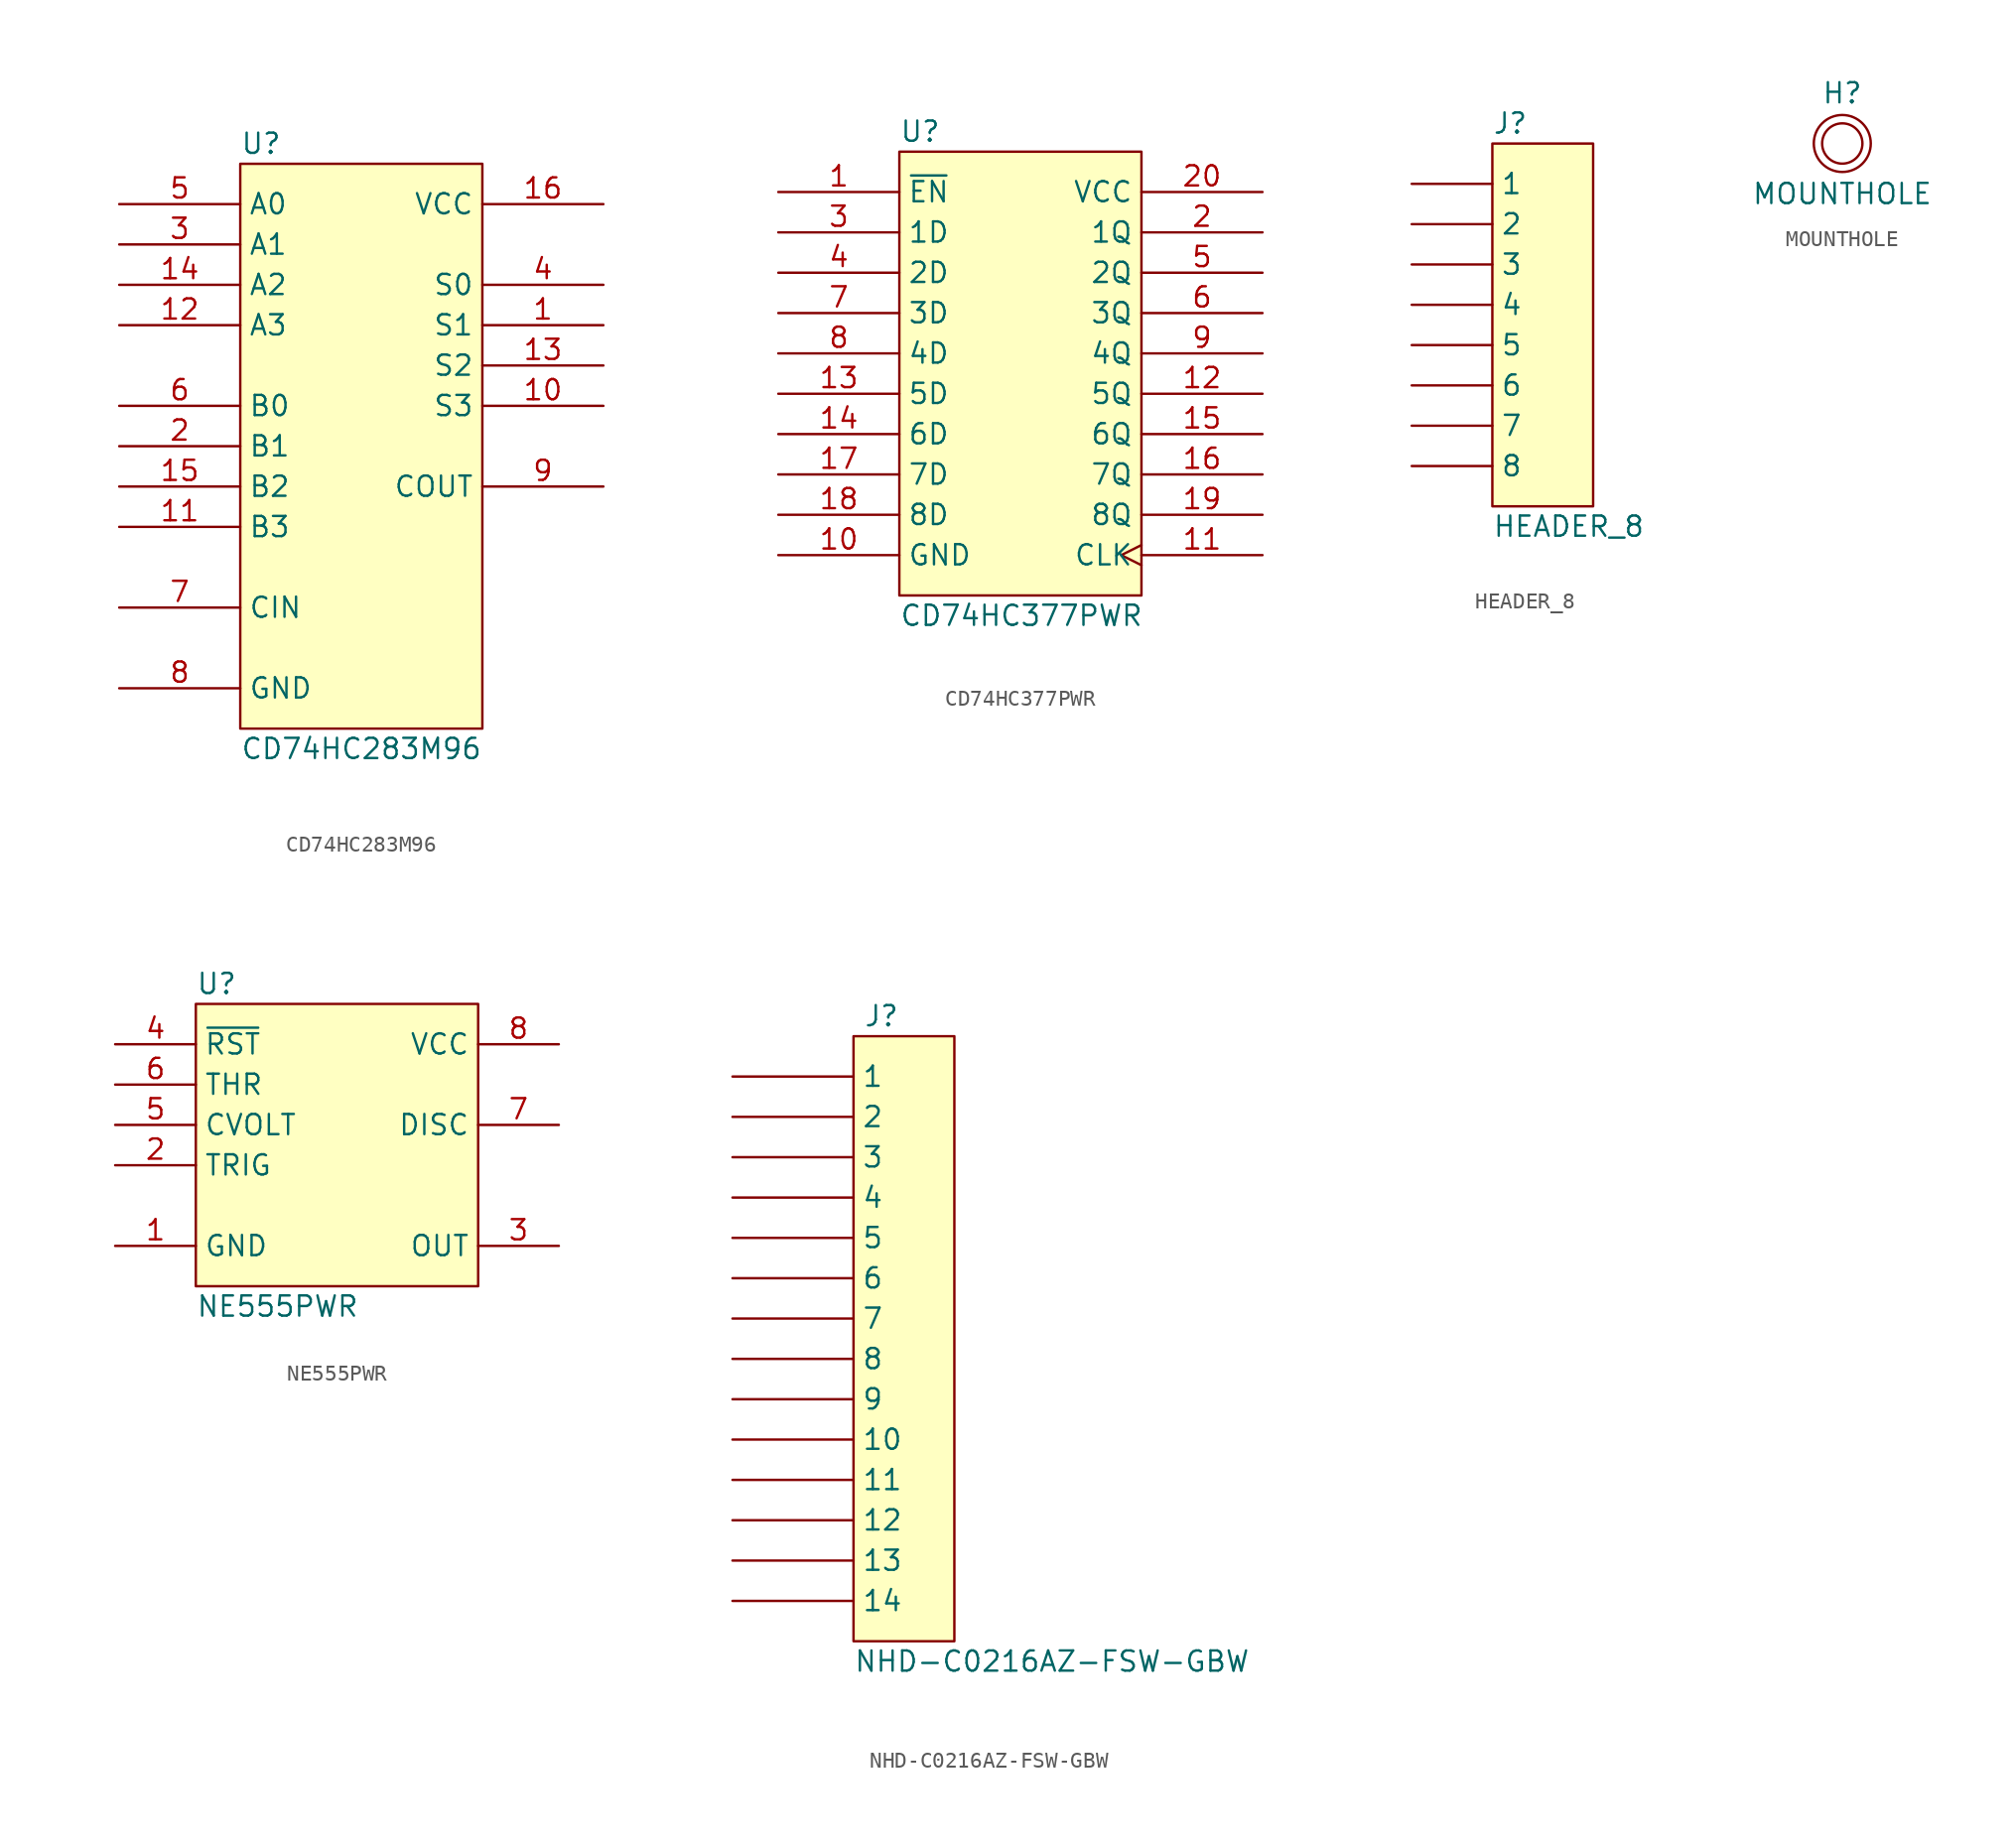
<source format=kicad_sym>
(kicad_symbol_lib
  (version 20211014)
  (generator kicad_symbol_editor)
  (symbol "CD74HC283M96"
    (property "Reference" "U"
      (at 0 3.81 0)
      (effects (font (size 1.27 1.27)) (justify left)))
    (property "Value" "CD74HC283M96"
      (at 0 -34.29 0)
      (effects (font (size 1.27 1.27)) (justify left)))
    (symbol "CD74HC283M96_1_0"
      (rectangle (start 15.24 2.54) (end 0 -33.02) (stroke (width 0) (type default) (color 0 0 0 0)) (fill (type background)))
      (pin output line (at 22.86 -7.62 180) (length 7.62) (name "S1" (effects (font (size 1.27 1.27)))) (number "1" (effects (font (size 1.27 1.27)))))
      (pin output line (at 22.86 -12.7 180) (length 7.62) (name "S3" (effects (font (size 1.27 1.27)))) (number "10" (effects (font (size 1.27 1.27)))))
      (pin input line (at -7.62 -20.32 0) (length 7.62) (name "B3" (effects (font (size 1.27 1.27)))) (number "11" (effects (font (size 1.27 1.27)))))
      (pin input line (at -7.62 -7.62 0) (length 7.62) (name "A3" (effects (font (size 1.27 1.27)))) (number "12" (effects (font (size 1.27 1.27)))))
      (pin output line (at 22.86 -10.16 180) (length 7.62) (name "S2" (effects (font (size 1.27 1.27)))) (number "13" (effects (font (size 1.27 1.27)))))
      (pin input line (at -7.62 -5.08 0) (length 7.62) (name "A2" (effects (font (size 1.27 1.27)))) (number "14" (effects (font (size 1.27 1.27)))))
      (pin input line (at -7.62 -17.78 0) (length 7.62) (name "B2" (effects (font (size 1.27 1.27)))) (number "15" (effects (font (size 1.27 1.27)))))
      (pin power_in line (at 22.86 0 180) (length 7.62) (name "VCC" (effects (font (size 1.27 1.27)))) (number "16" (effects (font (size 1.27 1.27)))))
      (pin input line (at -7.62 -15.24 0) (length 7.62) (name "B1" (effects (font (size 1.27 1.27)))) (number "2" (effects (font (size 1.27 1.27)))))
      (pin input line (at -7.62 -2.54 0) (length 7.62) (name "A1" (effects (font (size 1.27 1.27)))) (number "3" (effects (font (size 1.27 1.27)))))
      (pin output line (at 22.86 -5.08 180) (length 7.62) (name "S0" (effects (font (size 1.27 1.27)))) (number "4" (effects (font (size 1.27 1.27)))))
      (pin input line (at -7.62 0 0) (length 7.62) (name "A0" (effects (font (size 1.27 1.27)))) (number "5" (effects (font (size 1.27 1.27)))))
      (pin input line (at -7.62 -12.7 0) (length 7.62) (name "B0" (effects (font (size 1.27 1.27)))) (number "6" (effects (font (size 1.27 1.27)))))
      (pin input line (at -7.62 -25.4 0) (length 7.62) (name "CIN" (effects (font (size 1.27 1.27)))) (number "7" (effects (font (size 1.27 1.27)))))
      (pin power_in line (at -7.62 -30.48 0) (length 7.62) (name "GND" (effects (font (size 1.27 1.27)))) (number "8" (effects (font (size 1.27 1.27)))))
      (pin output line (at 22.86 -17.78 180) (length 7.62) (name "COUT" (effects (font (size 1.27 1.27)))) (number "9" (effects (font (size 1.27 1.27)))))))
  (symbol "CD74HC377PWR"
    (property "Reference" "U"
      (at 0 3.81 0)
      (effects (font (size 1.27 1.27)) (justify left)))
    (property "Value" "CD74HC377PWR"
      (at 0 -26.67 0)
      (effects (font (size 1.27 1.27)) (justify left)))
    (symbol "CD74HC377PWR_1_0"
      (rectangle (start 15.24 2.54) (end 0 -25.4) (stroke (width 0) (type default) (color 0 0 0 0)) (fill (type background)))
      (pin input line (at -7.62 0 0) (length 7.62) (name "~{EN}" (effects (font (size 1.27 1.27)))) (number "1" (effects (font (size 1.27 1.27)))))
      (pin power_in line (at -7.62 -22.86 0) (length 7.62) (name "GND" (effects (font (size 1.27 1.27)))) (number "10" (effects (font (size 1.27 1.27)))))
      (pin input clock (at 22.86 -22.86 180) (length 7.62) (name "CLK" (effects (font (size 1.27 1.27)))) (number "11" (effects (font (size 1.27 1.27)))))
      (pin output line (at 22.86 -12.7 180) (length 7.62) (name "5Q" (effects (font (size 1.27 1.27)))) (number "12" (effects (font (size 1.27 1.27)))))
      (pin input line (at -7.62 -12.7 0) (length 7.62) (name "5D" (effects (font (size 1.27 1.27)))) (number "13" (effects (font (size 1.27 1.27)))))
      (pin input line (at -7.62 -15.24 0) (length 7.62) (name "6D" (effects (font (size 1.27 1.27)))) (number "14" (effects (font (size 1.27 1.27)))))
      (pin output line (at 22.86 -15.24 180) (length 7.62) (name "6Q" (effects (font (size 1.27 1.27)))) (number "15" (effects (font (size 1.27 1.27)))))
      (pin output line (at 22.86 -17.78 180) (length 7.62) (name "7Q" (effects (font (size 1.27 1.27)))) (number "16" (effects (font (size 1.27 1.27)))))
      (pin input line (at -7.62 -17.78 0) (length 7.62) (name "7D" (effects (font (size 1.27 1.27)))) (number "17" (effects (font (size 1.27 1.27)))))
      (pin input line (at -7.62 -20.32 0) (length 7.62) (name "8D" (effects (font (size 1.27 1.27)))) (number "18" (effects (font (size 1.27 1.27)))))
      (pin output line (at 22.86 -20.32 180) (length 7.62) (name "8Q" (effects (font (size 1.27 1.27)))) (number "19" (effects (font (size 1.27 1.27)))))
      (pin output line (at 22.86 -2.54 180) (length 7.62) (name "1Q" (effects (font (size 1.27 1.27)))) (number "2" (effects (font (size 1.27 1.27)))))
      (pin power_in line (at 22.86 0 180) (length 7.62) (name "VCC" (effects (font (size 1.27 1.27)))) (number "20" (effects (font (size 1.27 1.27)))))
      (pin input line (at -7.62 -2.54 0) (length 7.62) (name "1D" (effects (font (size 1.27 1.27)))) (number "3" (effects (font (size 1.27 1.27)))))
      (pin input line (at -7.62 -5.08 0) (length 7.62) (name "2D" (effects (font (size 1.27 1.27)))) (number "4" (effects (font (size 1.27 1.27)))))
      (pin output line (at 22.86 -5.08 180) (length 7.62) (name "2Q" (effects (font (size 1.27 1.27)))) (number "5" (effects (font (size 1.27 1.27)))))
      (pin output line (at 22.86 -7.62 180) (length 7.62) (name "3Q" (effects (font (size 1.27 1.27)))) (number "6" (effects (font (size 1.27 1.27)))))
      (pin input line (at -7.62 -7.62 0) (length 7.62) (name "3D" (effects (font (size 1.27 1.27)))) (number "7" (effects (font (size 1.27 1.27)))))
      (pin input line (at -7.62 -10.16 0) (length 7.62) (name "4D" (effects (font (size 1.27 1.27)))) (number "8" (effects (font (size 1.27 1.27)))))
      (pin output line (at 22.86 -10.16 180) (length 7.62) (name "4Q" (effects (font (size 1.27 1.27)))) (number "9" (effects (font (size 1.27 1.27)))))))
  (symbol "HEADER_8"
    (property "Reference" "J"
      (at 0 3.81 0)
      (effects (font (size 1.27 1.27)) (justify left)))
    (property "Value" "HEADER_8"
      (at 0 -21.59 0)
      (effects (font (size 1.27 1.27)) (justify left)))
    (symbol "HEADER_8_1_0"
      (rectangle (start 6.35 2.54) (end 0 -20.32) (stroke (width 0) (type default) (color 0 0 0 0)) (fill (type background)))
      (pin passive line (at -5.08 0 0) (length 5.08) (name "1" (effects (font (size 1.27 1.27)))) (number "1" (effects (font (size 0 0)))))
      (pin passive line (at -5.08 -2.54 0) (length 5.08) (name "2" (effects (font (size 1.27 1.27)))) (number "2" (effects (font (size 0 0)))))
      (pin passive line (at -5.08 -5.08 0) (length 5.08) (name "3" (effects (font (size 1.27 1.27)))) (number "3" (effects (font (size 0 0)))))
      (pin passive line (at -5.08 -7.62 0) (length 5.08) (name "4" (effects (font (size 1.27 1.27)))) (number "4" (effects (font (size 0 0)))))
      (pin passive line (at -5.08 -10.16 0) (length 5.08) (name "5" (effects (font (size 1.27 1.27)))) (number "5" (effects (font (size 0 0)))))
      (pin passive line (at -5.08 -12.7 0) (length 5.08) (name "6" (effects (font (size 1.27 1.27)))) (number "6" (effects (font (size 0 0)))))
      (pin passive line (at -5.08 -15.24 0) (length 5.08) (name "7" (effects (font (size 1.27 1.27)))) (number "7" (effects (font (size 0 0)))))
      (pin passive line (at -5.08 -17.78 0) (length 5.08) (name "8" (effects (font (size 1.27 1.27)))) (number "8" (effects (font (size 0 0)))))))
  (symbol "MOUNTHOLE"
    (pin_numbers hide)
    (pin_names
      (offset 0) hide)
    (property "Reference" "H"
      (at 0 3.175 0)
      (effects (font (size 1.27 1.27))))
    (property "Value" "MOUNTHOLE"
      (at 0 -3.175 0)
      (effects (font (size 1.27 1.27))))
    (symbol "MOUNTHOLE_0_1"
      (circle (center 0 0) (radius 1.27) (stroke (width 0) (type default) (color 0 0 0 0)) (fill (type none)))
      (circle (center 0 0) (radius 1.796) (stroke (width 0) (type default) (color 0 0 0 0)) (fill (type none))))
    (symbol "MOUNTHOLE_1_1"
      (pin no_connect line (at -2.54 0 0) (length 2.54) hide (name "1" (effects (font (size 1.27 1.27)))) (number "1" (effects (font (size 1.27 1.27)))))))
  (symbol "NE555PWR"
    (property "Reference" "U"
      (at 5.08 3.81 0)
      (effects (font (size 1.27 1.27)) (justify left)))
    (property "Value" "NE555PWR"
      (at 5.08 -16.51 0)
      (effects (font (size 1.27 1.27)) (justify left)))
    (symbol "NE555PWR_1_0"
      (rectangle (start 22.86 2.54) (end 5.08 -15.24) (stroke (width 0) (type default) (color 0 0 0 0)) (fill (type background)))
      (pin power_in line (at 0 -12.7 0) (length 5.08) (name "GND" (effects (font (size 1.27 1.27)))) (number "1" (effects (font (size 1.27 1.27)))))
      (pin input line (at 0 -7.62 0) (length 5.08) (name "TRIG" (effects (font (size 1.27 1.27)))) (number "2" (effects (font (size 1.27 1.27)))))
      (pin output line (at 27.94 -12.7 180) (length 5.08) (name "OUT" (effects (font (size 1.27 1.27)))) (number "3" (effects (font (size 1.27 1.27)))))
      (pin input line (at 0 0 0) (length 5.08) (name "~{RST}" (effects (font (size 1.27 1.27)))) (number "4" (effects (font (size 1.27 1.27)))))
      (pin passive line (at 0 -5.08 0) (length 5.08) (name "CVOLT" (effects (font (size 1.27 1.27)))) (number "5" (effects (font (size 1.27 1.27)))))
      (pin input line (at 0 -2.54 0) (length 5.08) (name "THR" (effects (font (size 1.27 1.27)))) (number "6" (effects (font (size 1.27 1.27)))))
      (pin open_collector line (at 27.94 -5.08 180) (length 5.08) (name "DISC" (effects (font (size 1.27 1.27)))) (number "7" (effects (font (size 1.27 1.27)))))
      (pin power_in line (at 27.94 0 180) (length 5.08) (name "VCC" (effects (font (size 1.27 1.27)))) (number "8" (effects (font (size 1.27 1.27)))))))
  (symbol "NHD-C0216AZ-FSW-GBW"
    (pin_numbers hide)
    (property "Reference" "J"
      (at 0.635 3.81 0)
      (effects (font (size 1.27 1.27)) (justify left)))
    (property "Value" "NHD-C0216AZ-FSW-GBW"
      (at 0 -36.83 0)
      (effects (font (size 1.27 1.27)) (justify left)))
    (symbol "NHD-C0216AZ-FSW-GBW_1_0"
      (rectangle (start 0 2.54) (end 6.35 -35.56) (stroke (width 0) (type default) (color 0 0 0 0)) (fill (type background)))
      (pin passive line (at -7.62 0 0) (length 7.62) (name "1" (effects (font (size 1.27 1.27)))) (number "1" (effects (font (size 1.27 1.27)))))
      (pin bidirectional line (at -7.62 -22.86 0) (length 7.62) (name "10" (effects (font (size 1.27 1.27)))) (number "10" (effects (font (size 1.27 1.27)))))
      (pin bidirectional line (at -7.62 -25.4 0) (length 7.62) (name "11" (effects (font (size 1.27 1.27)))) (number "11" (effects (font (size 1.27 1.27)))))
      (pin bidirectional line (at -7.62 -27.94 0) (length 7.62) (name "12" (effects (font (size 1.27 1.27)))) (number "12" (effects (font (size 1.27 1.27)))))
      (pin bidirectional line (at -7.62 -30.48 0) (length 7.62) (name "13" (effects (font (size 1.27 1.27)))) (number "13" (effects (font (size 1.27 1.27)))))
      (pin bidirectional line (at -7.62 -33.02 0) (length 7.62) (name "14" (effects (font (size 1.27 1.27)))) (number "14" (effects (font (size 1.27 1.27)))))
      (pin passive line (at -7.62 -2.54 0) (length 7.62) (name "2" (effects (font (size 1.27 1.27)))) (number "2" (effects (font (size 1.27 1.27)))))
      (pin passive line (at -7.62 -5.08 0) (length 7.62) (name "3" (effects (font (size 1.27 1.27)))) (number "3" (effects (font (size 1.27 1.27)))))
      (pin input line (at -7.62 -7.62 0) (length 7.62) (name "4" (effects (font (size 1.27 1.27)))) (number "4" (effects (font (size 1.27 1.27)))))
      (pin input line (at -7.62 -10.16 0) (length 7.62) (name "5" (effects (font (size 1.27 1.27)))) (number "5" (effects (font (size 1.27 1.27)))))
      (pin input line (at -7.62 -12.7 0) (length 7.62) (name "6" (effects (font (size 1.27 1.27)))) (number "6" (effects (font (size 1.27 1.27)))))
      (pin bidirectional line (at -7.62 -15.24 0) (length 7.62) (name "7" (effects (font (size 1.27 1.27)))) (number "7" (effects (font (size 1.27 1.27)))))
      (pin bidirectional line (at -7.62 -17.78 0) (length 7.62) (name "8" (effects (font (size 1.27 1.27)))) (number "8" (effects (font (size 1.27 1.27)))))
      (pin bidirectional line (at -7.62 -20.32 0) (length 7.62) (name "9" (effects (font (size 1.27 1.27)))) (number "9" (effects (font (size 1.27 1.27))))))))
</source>
